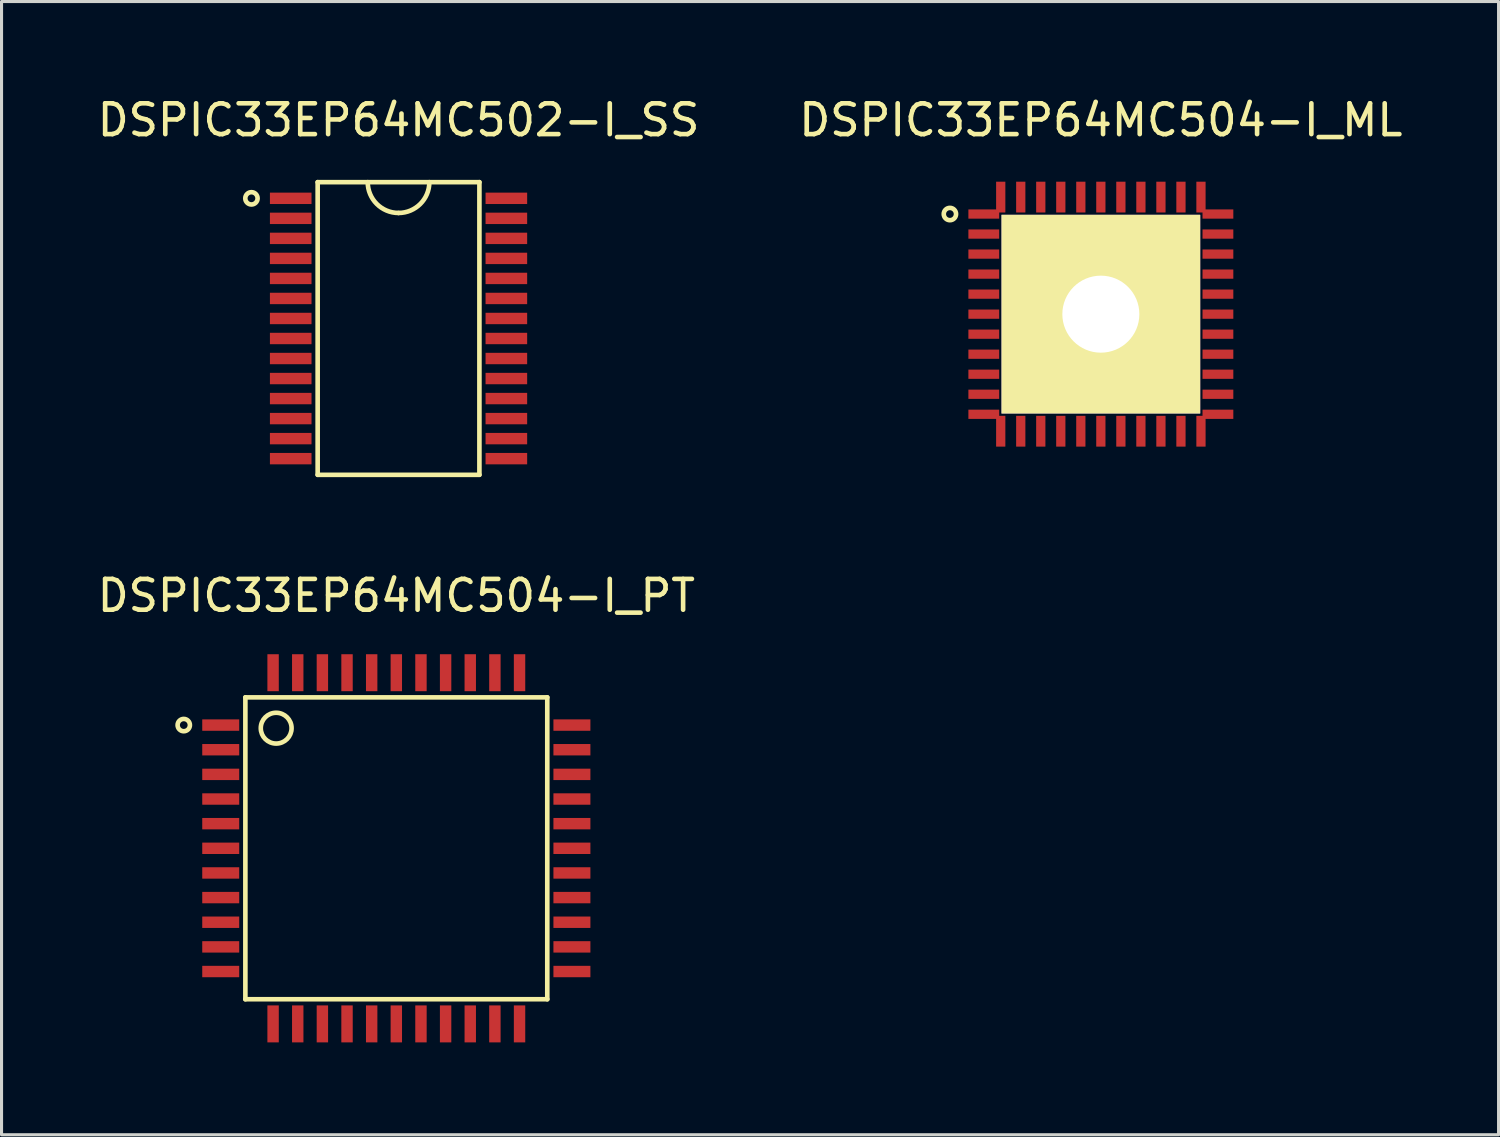
<source format=kicad_pcb>
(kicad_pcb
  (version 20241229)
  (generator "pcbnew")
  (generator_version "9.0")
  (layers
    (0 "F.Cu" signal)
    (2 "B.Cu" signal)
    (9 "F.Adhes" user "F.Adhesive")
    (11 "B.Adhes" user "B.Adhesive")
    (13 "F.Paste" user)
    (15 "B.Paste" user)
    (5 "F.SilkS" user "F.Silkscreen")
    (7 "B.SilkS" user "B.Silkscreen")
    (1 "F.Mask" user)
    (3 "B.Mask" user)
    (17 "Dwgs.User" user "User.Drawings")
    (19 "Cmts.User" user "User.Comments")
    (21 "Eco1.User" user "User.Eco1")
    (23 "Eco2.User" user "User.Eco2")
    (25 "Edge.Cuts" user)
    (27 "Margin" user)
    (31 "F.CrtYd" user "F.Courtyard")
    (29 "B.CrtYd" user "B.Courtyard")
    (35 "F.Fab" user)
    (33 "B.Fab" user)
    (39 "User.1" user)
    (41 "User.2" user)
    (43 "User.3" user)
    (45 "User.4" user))
  (footprint "DSPIC33EP64MC504-I_ML"
    (layer "F.Cu")
    (at 28.885 3.348)
    (property "Reference" "DSPIC33EP64MC504-I_ML" (at 3.8 -2.5 0) (layer "F.SilkS") (effects (font (size 1 1) (thickness 0.15))))
    (attr through_hole)
    (fp_line (start 0.7 0.7) (end 0.7 6.9) (stroke (width 0.15) (type solid)) (layer "F.SilkS"))
    (fp_line (start 0.7 0.7) (end 6.9 0.7) (stroke (width 0.15) (type solid)) (layer "F.SilkS"))
    (fp_line (start 0.7 6.9) (end 6.9 6.9) (stroke (width 0.15) (type solid)) (layer "F.SilkS"))
    (fp_line (start 6.9 6.9) (end 6.9 0.7) (stroke (width 0.15) (type solid)) (layer "F.SilkS"))
    (fp_circle (center -1.1 0.55) (end -1.1 0.35) (stroke (width 0.15) (type solid)) (fill no) (layer "F.SilkS"))
    (fp_circle (center 1.7 1.7) (end 1.7 1.2) (stroke (width 0.15) (type solid)) (fill no) (layer "F.SilkS"))
    (pad "1" smd rect (at 0 0.55) (size 1 0.3) (layers "F.Cu" "F.Mask" "F.Paste"))
    (pad "2" smd rect (at 0 1.2) (size 1 0.3) (layers "F.Cu" "F.Mask" "F.Paste"))
    (pad "3" smd rect (at 0 1.85) (size 1 0.3) (layers "F.Cu" "F.Mask" "F.Paste"))
    (pad "4" smd rect (at 0 2.5) (size 1 0.3) (layers "F.Cu" "F.Mask" "F.Paste"))
    (pad "5" smd rect (at 0 3.15) (size 1 0.3) (layers "F.Cu" "F.Mask" "F.Paste"))
    (pad "6" smd rect (at 0 3.8) (size 1 0.3) (layers "F.Cu" "F.Mask" "F.Paste"))
    (pad "7" smd rect (at 0 4.45) (size 1 0.3) (layers "F.Cu" "F.Mask" "F.Paste"))
    (pad "8" smd rect (at 0 5.1) (size 1 0.3) (layers "F.Cu" "F.Mask" "F.Paste"))
    (pad "9" smd rect (at 0 5.75) (size 1 0.3) (layers "F.Cu" "F.Mask" "F.Paste"))
    (pad "10" smd rect (at 0 6.4) (size 1 0.3) (layers "F.Cu" "F.Mask" "F.Paste"))
    (pad "11" smd rect (at 0 7.05) (size 1 0.3) (layers "F.Cu" "F.Mask" "F.Paste"))
    (pad "12" smd rect (at 0.55 7.6) (size 0.3 1) (layers "F.Cu" "F.Mask" "F.Paste"))
    (pad "13" smd rect (at 1.2 7.6) (size 0.3 1) (layers "F.Cu" "F.Mask" "F.Paste"))
    (pad "14" smd rect (at 1.85 7.6) (size 0.3 1) (layers "F.Cu" "F.Mask" "F.Paste"))
    (pad "15" smd rect (at 2.5 7.6) (size 0.3 1) (layers "F.Cu" "F.Mask" "F.Paste"))
    (pad "16" smd rect (at 3.15 7.6) (size 0.3 1) (layers "F.Cu" "F.Mask" "F.Paste"))
    (pad "17" smd rect (at 3.8 7.6) (size 0.3 1) (layers "F.Cu" "F.Mask" "F.Paste"))
    (pad "18" smd rect (at 4.45 7.6) (size 0.3 1) (layers "F.Cu" "F.Mask" "F.Paste"))
    (pad "19" smd rect (at 5.1 7.6) (size 0.3 1) (layers "F.Cu" "F.Mask" "F.Paste"))
    (pad "20" smd rect (at 5.75 7.6) (size 0.3 1) (layers "F.Cu" "F.Mask" "F.Paste"))
    (pad "21" smd rect (at 6.4 7.6) (size 0.3 1) (layers "F.Cu" "F.Mask" "F.Paste"))
    (pad "22" smd rect (at 7.05 7.6) (size 0.3 1) (layers "F.Cu" "F.Mask" "F.Paste"))
    (pad "23" smd rect (at 7.6 7.05) (size 1 0.3) (layers "F.Cu" "F.Mask" "F.Paste"))
    (pad "24" smd rect (at 7.6 6.4) (size 1 0.3) (layers "F.Cu" "F.Mask" "F.Paste"))
    (pad "25" smd rect (at 7.6 5.75) (size 1 0.3) (layers "F.Cu" "F.Mask" "F.Paste"))
    (pad "26" smd rect (at 7.6 5.1) (size 1 0.3) (layers "F.Cu" "F.Mask" "F.Paste"))
    (pad "27" smd rect (at 7.6 4.45) (size 1 0.3) (layers "F.Cu" "F.Mask" "F.Paste"))
    (pad "28" smd rect (at 7.6 3.8) (size 1 0.3) (layers "F.Cu" "F.Mask" "F.Paste"))
    (pad "29" smd rect (at 7.6 3.15) (size 1 0.3) (layers "F.Cu" "F.Mask" "F.Paste"))
    (pad "30" smd rect (at 7.6 2.5) (size 1 0.3) (layers "F.Cu" "F.Mask" "F.Paste"))
    (pad "31" smd rect (at 7.6 1.85) (size 1 0.3) (layers "F.Cu" "F.Mask" "F.Paste"))
    (pad "32" smd rect (at 7.6 1.2) (size 1 0.3) (layers "F.Cu" "F.Mask" "F.Paste"))
    (pad "33" smd rect (at 7.6 0.55) (size 1 0.3) (layers "F.Cu" "F.Mask" "F.Paste"))
    (pad "34" smd rect (at 7.05 0) (size 0.3 1) (layers "F.Cu" "F.Mask" "F.Paste"))
    (pad "35" smd rect (at 6.4 0) (size 0.3 1) (layers "F.Cu" "F.Mask" "F.Paste"))
    (pad "36" smd rect (at 5.75 0) (size 0.3 1) (layers "F.Cu" "F.Mask" "F.Paste"))
    (pad "37" smd rect (at 5.1 0) (size 0.3 1) (layers "F.Cu" "F.Mask" "F.Paste"))
    (pad "38" smd rect (at 4.45 0) (size 0.3 1) (layers "F.Cu" "F.Mask" "F.Paste"))
    (pad "39" smd rect (at 3.8 0) (size 0.3 1) (layers "F.Cu" "F.Mask" "F.Paste"))
    (pad "40" smd rect (at 3.15 0) (size 0.3 1) (layers "F.Cu" "F.Mask" "F.Paste"))
    (pad "41" smd rect (at 2.5 0) (size 0.3 1) (layers "F.Cu" "F.Mask" "F.Paste"))
    (pad "42" smd rect (at 1.85 0) (size 0.3 1) (layers "F.Cu" "F.Mask" "F.Paste"))
    (pad "43" smd rect (at 1.2 0) (size 0.3 1) (layers "F.Cu" "F.Mask" "F.Paste"))
    (pad "44" smd rect (at 0.55 0) (size 0.3 1) (layers "F.Cu" "F.Mask" "F.Paste"))
    (pad "999" thru_hole rect (at 3.8 3.8) (size 6.45 6.45) (drill 2.5) (layers "*.Cu" "*.Mask" "F.SilkS")))
  (footprint "DSPIC33EP64MC502-I_SS"
    (layer "F.Cu")
    (at 6.387 3.388)
    (property "Reference" "DSPIC33EP64MC502-I_SS" (at 3.5 -2.54 0) (layer "F.SilkS") (effects (font (size 1 1) (thickness 0.15))))
    (attr through_hole)
    (fp_line (start 0.875 -0.525) (end 6.125 -0.525) (stroke (width 0.15) (type solid)) (layer "F.SilkS"))
    (fp_line (start 0.875 8.975) (end 0.875 -0.525) (stroke (width 0.15) (type solid)) (layer "F.SilkS"))
    (fp_line (start 6.125 -0.525) (end 6.125 8.975) (stroke (width 0.15) (type solid)) (layer "F.SilkS"))
    (fp_line (start 6.125 8.975) (end 0.875 8.975) (stroke (width 0.15) (type solid)) (layer "F.SilkS"))
    (fp_arc (start 3.5 0.475) (mid 2.792893 0.182107) (end 2.5 -0.525) (stroke (width 0.15) (type solid)) (layer "F.SilkS"))
    (fp_arc (start 4.5 -0.525) (mid 4.207107 0.182107) (end 3.5 0.475) (stroke (width 0.15) (type solid)) (layer "F.SilkS"))
    (fp_circle (center -1.275 0) (end -1.275 0.2) (stroke (width 0.15) (type solid)) (fill no) (layer "F.SilkS"))
    (pad "1" smd rect (at 0 0) (size 1.35 0.37) (layers "F.Cu" "F.Mask" "F.Paste"))
    (pad "2" smd rect (at 0 0.65) (size 1.35 0.37) (layers "F.Cu" "F.Mask" "F.Paste"))
    (pad "3" smd rect (at 0 1.3) (size 1.35 0.37) (layers "F.Cu" "F.Mask" "F.Paste"))
    (pad "4" smd rect (at 0 1.95) (size 1.35 0.37) (layers "F.Cu" "F.Mask" "F.Paste"))
    (pad "5" smd rect (at 0 2.6) (size 1.35 0.37) (layers "F.Cu" "F.Mask" "F.Paste"))
    (pad "6" smd rect (at 0 3.25) (size 1.35 0.37) (layers "F.Cu" "F.Mask" "F.Paste"))
    (pad "7" smd rect (at 0 3.9) (size 1.35 0.37) (layers "F.Cu" "F.Mask" "F.Paste"))
    (pad "8" smd rect (at 0 4.55) (size 1.35 0.37) (layers "F.Cu" "F.Mask" "F.Paste"))
    (pad "9" smd rect (at 0 5.2) (size 1.35 0.37) (layers "F.Cu" "F.Mask" "F.Paste"))
    (pad "10" smd rect (at 0 5.85) (size 1.35 0.37) (layers "F.Cu" "F.Mask" "F.Paste"))
    (pad "11" smd rect (at 0 6.5) (size 1.35 0.37) (layers "F.Cu" "F.Mask" "F.Paste"))
    (pad "12" smd rect (at 0 7.15) (size 1.35 0.37) (layers "F.Cu" "F.Mask" "F.Paste"))
    (pad "13" smd rect (at 0 7.8) (size 1.35 0.37) (layers "F.Cu" "F.Mask" "F.Paste"))
    (pad "14" smd rect (at 0 8.45) (size 1.35 0.37) (layers "F.Cu" "F.Mask" "F.Paste"))
    (pad "15" smd rect (at 7 8.45) (size 1.35 0.37) (layers "F.Cu" "F.Mask" "F.Paste"))
    (pad "16" smd rect (at 7 7.8) (size 1.35 0.37) (layers "F.Cu" "F.Mask" "F.Paste"))
    (pad "17" smd rect (at 7 7.15) (size 1.35 0.37) (layers "F.Cu" "F.Mask" "F.Paste"))
    (pad "18" smd rect (at 7 6.5) (size 1.35 0.37) (layers "F.Cu" "F.Mask" "F.Paste"))
    (pad "19" smd rect (at 7 5.85) (size 1.35 0.37) (layers "F.Cu" "F.Mask" "F.Paste"))
    (pad "20" smd rect (at 7 5.2) (size 1.35 0.37) (layers "F.Cu" "F.Mask" "F.Paste"))
    (pad "21" smd rect (at 7 4.55) (size 1.35 0.37) (layers "F.Cu" "F.Mask" "F.Paste"))
    (pad "22" smd rect (at 7 3.9) (size 1.35 0.37) (layers "F.Cu" "F.Mask" "F.Paste"))
    (pad "23" smd rect (at 7 3.25) (size 1.35 0.37) (layers "F.Cu" "F.Mask" "F.Paste"))
    (pad "24" smd rect (at 7 2.6) (size 1.35 0.37) (layers "F.Cu" "F.Mask" "F.Paste"))
    (pad "25" smd rect (at 7 1.95) (size 1.35 0.37) (layers "F.Cu" "F.Mask" "F.Paste"))
    (pad "26" smd rect (at 7 1.3) (size 1.35 0.37) (layers "F.Cu" "F.Mask" "F.Paste"))
    (pad "27" smd rect (at 7 0.65) (size 1.35 0.37) (layers "F.Cu" "F.Mask" "F.Paste"))
    (pad "28" smd rect (at 7 0) (size 1.35 0.37) (layers "F.Cu" "F.Mask" "F.Paste")))
  (footprint "DSPIC33EP64MC504-I_PT"
    (layer "F.Cu")
    (at 4.115 18.787)
    (property "Reference" "DSPIC33EP64MC504-I_PT" (at 5.7 -2.5 0) (layer "F.SilkS") (effects (font (size 1 1) (thickness 0.15))))
    (attr through_hole)
    (fp_line (start 0.8 0.8) (end 0.8 10.6) (stroke (width 0.15) (type solid)) (layer "F.SilkS"))
    (fp_line (start 0.8 0.8) (end 10.6 0.8) (stroke (width 0.15) (type solid)) (layer "F.SilkS"))
    (fp_line (start 0.8 10.6) (end 10.6 10.6) (stroke (width 0.15) (type solid)) (layer "F.SilkS"))
    (fp_line (start 10.6 10.6) (end 10.6 0.8) (stroke (width 0.15) (type solid)) (layer "F.SilkS"))
    (fp_circle (center -1.2 1.7) (end -1.2 1.5) (stroke (width 0.15) (type solid)) (fill no) (layer "F.SilkS"))
    (fp_circle (center 1.8 1.8) (end 1.8 1.3) (stroke (width 0.15) (type solid)) (fill no) (layer "F.SilkS"))
    (pad "1" smd rect (at 0 1.7) (size 1.2 0.37) (layers "F.Cu" "F.Mask" "F.Paste"))
    (pad "2" smd rect (at 0 2.5) (size 1.2 0.37) (layers "F.Cu" "F.Mask" "F.Paste"))
    (pad "3" smd rect (at 0 3.3) (size 1.2 0.37) (layers "F.Cu" "F.Mask" "F.Paste"))
    (pad "4" smd rect (at 0 4.1) (size 1.2 0.37) (layers "F.Cu" "F.Mask" "F.Paste"))
    (pad "5" smd rect (at 0 4.9) (size 1.2 0.37) (layers "F.Cu" "F.Mask" "F.Paste"))
    (pad "6" smd rect (at 0 5.7) (size 1.2 0.37) (layers "F.Cu" "F.Mask" "F.Paste"))
    (pad "7" smd rect (at 0 6.5) (size 1.2 0.37) (layers "F.Cu" "F.Mask" "F.Paste"))
    (pad "8" smd rect (at 0 7.3) (size 1.2 0.37) (layers "F.Cu" "F.Mask" "F.Paste"))
    (pad "9" smd rect (at 0 8.1) (size 1.2 0.37) (layers "F.Cu" "F.Mask" "F.Paste"))
    (pad "10" smd rect (at 0 8.9) (size 1.2 0.37) (layers "F.Cu" "F.Mask" "F.Paste"))
    (pad "11" smd rect (at 0 9.7) (size 1.2 0.37) (layers "F.Cu" "F.Mask" "F.Paste"))
    (pad "12" smd rect (at 1.7 11.4) (size 0.37 1.2) (layers "F.Cu" "F.Mask" "F.Paste"))
    (pad "13" smd rect (at 2.5 11.4) (size 0.37 1.2) (layers "F.Cu" "F.Mask" "F.Paste"))
    (pad "14" smd rect (at 3.3 11.4) (size 0.37 1.2) (layers "F.Cu" "F.Mask" "F.Paste"))
    (pad "15" smd rect (at 4.1 11.4) (size 0.37 1.2) (layers "F.Cu" "F.Mask" "F.Paste"))
    (pad "16" smd rect (at 4.9 11.4) (size 0.37 1.2) (layers "F.Cu" "F.Mask" "F.Paste"))
    (pad "17" smd rect (at 5.7 11.4) (size 0.37 1.2) (layers "F.Cu" "F.Mask" "F.Paste"))
    (pad "18" smd rect (at 6.5 11.4) (size 0.37 1.2) (layers "F.Cu" "F.Mask" "F.Paste"))
    (pad "19" smd rect (at 7.3 11.4) (size 0.37 1.2) (layers "F.Cu" "F.Mask" "F.Paste"))
    (pad "20" smd rect (at 8.1 11.4) (size 0.37 1.2) (layers "F.Cu" "F.Mask" "F.Paste"))
    (pad "21" smd rect (at 8.9 11.4) (size 0.37 1.2) (layers "F.Cu" "F.Mask" "F.Paste"))
    (pad "22" smd rect (at 9.7 11.4) (size 0.37 1.2) (layers "F.Cu" "F.Mask" "F.Paste"))
    (pad "23" smd rect (at 11.4 9.7) (size 1.2 0.37) (layers "F.Cu" "F.Mask" "F.Paste"))
    (pad "24" smd rect (at 11.4 8.9) (size 1.2 0.37) (layers "F.Cu" "F.Mask" "F.Paste"))
    (pad "25" smd rect (at 11.4 8.1) (size 1.2 0.37) (layers "F.Cu" "F.Mask" "F.Paste"))
    (pad "26" smd rect (at 11.4 7.3) (size 1.2 0.37) (layers "F.Cu" "F.Mask" "F.Paste"))
    (pad "27" smd rect (at 11.4 6.5) (size 1.2 0.37) (layers "F.Cu" "F.Mask" "F.Paste"))
    (pad "28" smd rect (at 11.4 5.7) (size 1.2 0.37) (layers "F.Cu" "F.Mask" "F.Paste"))
    (pad "29" smd rect (at 11.4 4.9) (size 1.2 0.37) (layers "F.Cu" "F.Mask" "F.Paste"))
    (pad "30" smd rect (at 11.4 4.1) (size 1.2 0.37) (layers "F.Cu" "F.Mask" "F.Paste"))
    (pad "31" smd rect (at 11.4 3.3) (size 1.2 0.37) (layers "F.Cu" "F.Mask" "F.Paste"))
    (pad "32" smd rect (at 11.4 2.5) (size 1.2 0.37) (layers "F.Cu" "F.Mask" "F.Paste"))
    (pad "33" smd rect (at 11.4 1.7) (size 1.2 0.37) (layers "F.Cu" "F.Mask" "F.Paste"))
    (pad "34" smd rect (at 9.7 0) (size 0.37 1.2) (layers "F.Cu" "F.Mask" "F.Paste"))
    (pad "35" smd rect (at 8.9 0) (size 0.37 1.2) (layers "F.Cu" "F.Mask" "F.Paste"))
    (pad "36" smd rect (at 8.1 0) (size 0.37 1.2) (layers "F.Cu" "F.Mask" "F.Paste"))
    (pad "37" smd rect (at 7.3 0) (size 0.37 1.2) (layers "F.Cu" "F.Mask" "F.Paste"))
    (pad "38" smd rect (at 6.5 0) (size 0.37 1.2) (layers "F.Cu" "F.Mask" "F.Paste"))
    (pad "39" smd rect (at 5.7 0) (size 0.37 1.2) (layers "F.Cu" "F.Mask" "F.Paste"))
    (pad "40" smd rect (at 4.9 0) (size 0.37 1.2) (layers "F.Cu" "F.Mask" "F.Paste"))
    (pad "41" smd rect (at 4.1 0) (size 0.37 1.2) (layers "F.Cu" "F.Mask" "F.Paste"))
    (pad "42" smd rect (at 3.3 0) (size 0.37 1.2) (layers "F.Cu" "F.Mask" "F.Paste"))
    (pad "43" smd rect (at 2.5 0) (size 0.37 1.2) (layers "F.Cu" "F.Mask" "F.Paste"))
    (pad "44" smd rect (at 1.7 0) (size 0.37 1.2) (layers "F.Cu" "F.Mask" "F.Paste")))
  (gr_rect
    (start -3 -3)
    (end 45.595 33.786)
    (stroke (width 0.1) (type default))
    (fill no)
    (layer "Edge.Cuts")))
</source>
